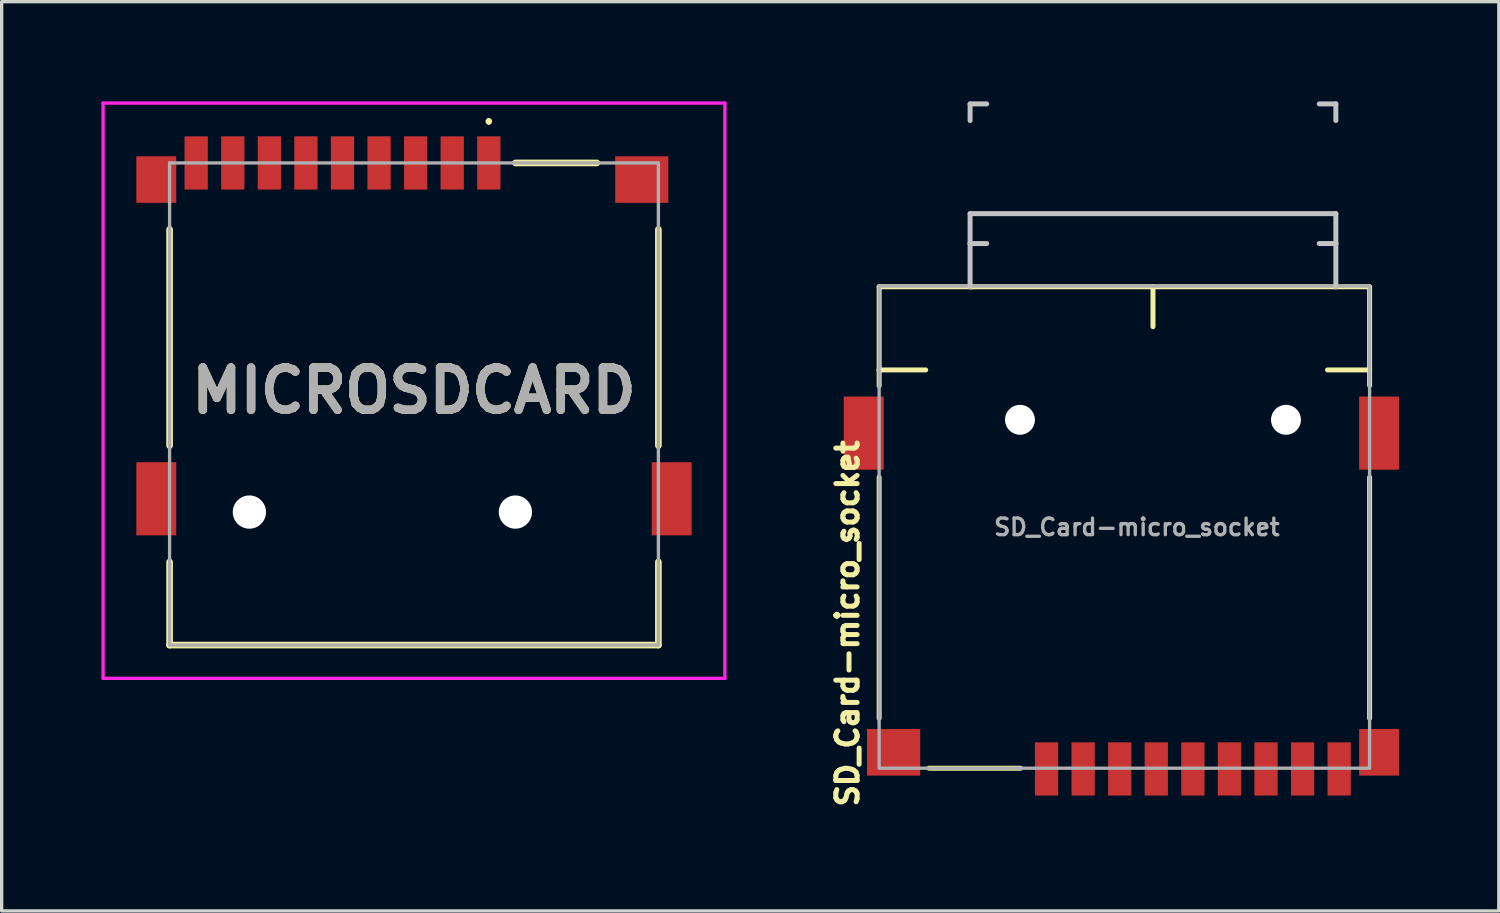
<source format=kicad_pcb>
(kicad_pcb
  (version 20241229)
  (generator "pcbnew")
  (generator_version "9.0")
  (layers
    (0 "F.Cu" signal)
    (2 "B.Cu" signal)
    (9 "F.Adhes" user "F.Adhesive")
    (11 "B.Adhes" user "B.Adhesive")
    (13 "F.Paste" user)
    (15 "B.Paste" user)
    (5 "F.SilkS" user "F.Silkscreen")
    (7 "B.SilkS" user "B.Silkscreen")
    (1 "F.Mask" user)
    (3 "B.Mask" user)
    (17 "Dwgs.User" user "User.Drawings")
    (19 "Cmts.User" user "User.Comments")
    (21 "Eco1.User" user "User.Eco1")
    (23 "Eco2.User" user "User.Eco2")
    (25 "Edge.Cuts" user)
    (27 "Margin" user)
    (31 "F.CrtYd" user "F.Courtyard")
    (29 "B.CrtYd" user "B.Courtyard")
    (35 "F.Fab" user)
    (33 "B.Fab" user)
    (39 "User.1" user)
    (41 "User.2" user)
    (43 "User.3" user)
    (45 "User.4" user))
  (footprint "SD_Card-micro_socket"
    (layer "F.Cu")
    (at 31.639 13.053)
    (property "Reference" "SD_Card-micro_socket" (at -9.201 2.645 270) (layer "F.SilkS") (effects (font (size 0.64 0.64) (thickness 0.15))))
    (attr smd)
    (fp_line (start -8.25 -7.478) (end -8.25 -4.978) (stroke (width 0.15) (type solid)) (layer "F.SilkS"))
    (fp_line (start -8.25 -4.978) (end -8.25 -4.5) (stroke (width 0.15) (type default)) (layer "F.SilkS"))
    (fp_line (start -8.25 -1.75) (end -8.25 5.5) (stroke (width 0.15) (type default)) (layer "F.SilkS"))
    (fp_line (start -6.85 -4.978) (end -8.25 -4.978) (stroke (width 0.15) (type solid)) (layer "F.SilkS"))
    (fp_line (start -6.75 7) (end -4 7) (stroke (width 0.15) (type default)) (layer "F.SilkS"))
    (fp_line (start -5.45 -7.478) (end -8.25 -7.478) (stroke (width 0.15) (type solid)) (layer "F.SilkS"))
    (fp_line (start -0.015 -7.478) (end -5.515 -7.478) (stroke (width 0.15) (type solid)) (layer "F.SilkS"))
    (fp_line (start -0.015 -6.278) (end -0.015 -7.478) (stroke (width 0.15) (type solid)) (layer "F.SilkS"))
    (fp_line (start 5.235 -4.978) (end 6.5 -4.978) (stroke (width 0.15) (type solid)) (layer "F.SilkS"))
    (fp_line (start 5.485 -7.478) (end -0.015 -7.478) (stroke (width 0.15) (type solid)) (layer "F.SilkS"))
    (fp_line (start 6.5 -7.478) (end 5.485 -7.478) (stroke (width 0.15) (type solid)) (layer "F.SilkS"))
    (fp_line (start 6.5 -7.478) (end 6.5 -4.978) (stroke (width 0.15) (type solid)) (layer "F.SilkS"))
    (fp_line (start 6.5 -4.989) (end 6.5 -4.511) (stroke (width 0.15) (type default)) (layer "F.SilkS"))
    (fp_line (start 6.5 -1.75) (end 6.5 5.5) (stroke (width 0.15) (type default)) (layer "F.SilkS"))
    (fp_line (start -5.515 -12.978) (end -5.515 -12.478) (stroke (width 0.15) (type solid)) (layer "Dwgs.User"))
    (fp_line (start -5.515 -9.678) (end -5.515 -8.778) (stroke (width 0.15) (type solid)) (layer "Dwgs.User"))
    (fp_line (start -5.515 -8.778) (end -5.515 -7.478) (stroke (width 0.15) (type solid)) (layer "Dwgs.User"))
    (fp_line (start -5.015 -12.978) (end -5.515 -12.978) (stroke (width 0.15) (type solid)) (layer "Dwgs.User"))
    (fp_line (start -5.015 -8.778) (end -5.515 -8.778) (stroke (width 0.15) (type solid)) (layer "Dwgs.User"))
    (fp_line (start 4.985 -12.978) (end 5.485 -12.978) (stroke (width 0.15) (type solid)) (layer "Dwgs.User"))
    (fp_line (start 4.985 -8.778) (end 5.485 -8.778) (stroke (width 0.15) (type solid)) (layer "Dwgs.User"))
    (fp_line (start 5.485 -12.978) (end 5.485 -12.478) (stroke (width 0.15) (type solid)) (layer "Dwgs.User"))
    (fp_line (start 5.485 -9.678) (end -5.515 -9.678) (stroke (width 0.15) (type solid)) (layer "Dwgs.User"))
    (fp_line (start 5.485 -9.678) (end 5.485 -8.778) (stroke (width 0.15) (type solid)) (layer "Dwgs.User"))
    (fp_line (start 5.485 -8.778) (end 5.485 -7.478) (stroke (width 0.15) (type solid)) (layer "Dwgs.User"))
    (fp_rect (start -8.25 -7.5) (end 6.5 7) (stroke (width 0.1) (type solid)) (fill no) (layer "F.Fab"))
    (fp_text user "${REFERENCE}" (at -0.5 -0.25 0) (layer "F.Fab") (effects (font (size 0.5 0.5) (thickness 0.1))))
    (pad "" np_thru_hole circle (at -4.015 -3.478) (size 0.9 0.9) (drill 0.9) (layers "*.Cu" "*.Mask"))
    (pad "" np_thru_hole circle (at 3.985 -3.478) (size 0.9 0.9) (drill 0.9) (layers "*.Cu" "*.Mask"))
    (pad "1" smd rect (at -3.215 7.022) (size 0.7 1.6) (layers "F.Cu" "F.Mask" "F.Paste"))
    (pad "2" smd rect (at -2.115 7.022) (size 0.7 1.6) (layers "F.Cu" "F.Mask" "F.Paste"))
    (pad "3" smd rect (at -1.015 7.022) (size 0.7 1.6) (layers "F.Cu" "F.Mask" "F.Paste"))
    (pad "4" smd rect (at 0.085 7.022) (size 0.7 1.6) (layers "F.Cu" "F.Mask" "F.Paste"))
    (pad "5" smd rect (at 1.185 7.022) (size 0.7 1.6) (layers "F.Cu" "F.Mask" "F.Paste"))
    (pad "6" smd rect (at 2.285 7.022) (size 0.7 1.6) (layers "F.Cu" "F.Mask" "F.Paste"))
    (pad "7" smd rect (at 3.385 7.022) (size 0.7 1.6) (layers "F.Cu" "F.Mask" "F.Paste"))
    (pad "8" smd rect (at 4.485 7.022) (size 0.7 1.6) (layers "F.Cu" "F.Mask" "F.Paste"))
    (pad "9" smd rect (at 5.585 7.022) (size 0.7 1.6) (layers "F.Cu" "F.Mask" "F.Paste"))
    (pad "SH" smd rect (at -8.715 -3.078) (size 1.2 2.2) (layers "F.Cu" "F.Mask" "F.Paste"))
    (pad "SH" smd rect (at -7.815 6.522) (size 1.6 1.4) (layers "F.Cu" "F.Mask" "F.Paste"))
    (pad "SH" smd rect (at 6.785 -3.078) (size 1.2 2.2) (layers "F.Cu" "F.Mask" "F.Paste"))
    (pad "SH" smd rect (at 6.785 6.522) (size 1.2 1.4) (layers "F.Cu" "F.Mask" "F.Paste")))
  (footprint "MICROSDCARD"
    (layer "F.Cu")
    (at 9.4 8.7)
    (property "Reference" "MICROSDCARD" (at 0 0 0) (layer "F.SilkS") (effects (font (size 1.27 1.27) (thickness 0.254))))
    (attr through_hole)
    (fp_line (start -7.35 -4.85) (end -7.35 1.65) (stroke (width 0.2) (type solid)) (layer "F.SilkS"))
    (fp_line (start -7.35 5.15) (end -7.35 7.65) (stroke (width 0.2) (type solid)) (layer "F.SilkS"))
    (fp_line (start -7.35 7.65) (end 7.35 7.65) (stroke (width 0.2) (type solid)) (layer "F.SilkS"))
    (fp_line (start 2.25 -8.15) (end 2.25 -8.15) (stroke (width 0.1) (type solid)) (layer "F.SilkS"))
    (fp_line (start 2.25 -8.05) (end 2.25 -8.05) (stroke (width 0.1) (type solid)) (layer "F.SilkS"))
    (fp_line (start 3.05 -6.85) (end 5.5 -6.85) (stroke (width 0.2) (type solid)) (layer "F.SilkS"))
    (fp_line (start 7.35 -4.85) (end 7.35 1.65) (stroke (width 0.2) (type solid)) (layer "F.SilkS"))
    (fp_line (start 7.35 7.65) (end 7.35 5.15) (stroke (width 0.2) (type solid)) (layer "F.SilkS"))
    (fp_arc (start 2.25 -8.15) (mid 2.3 -8.1) (end 2.25 -8.05) (stroke (width 0.1) (type solid)) (layer "F.SilkS"))
    (fp_arc (start 2.25 -8.05) (mid 2.2 -8.1) (end 2.25 -8.15) (stroke (width 0.1) (type solid)) (layer "F.SilkS"))
    (fp_line (start -9.35 -8.65) (end 9.35 -8.65) (stroke (width 0.1) (type solid)) (layer "F.CrtYd"))
    (fp_line (start -9.35 8.65) (end -9.35 -8.65) (stroke (width 0.1) (type solid)) (layer "F.CrtYd"))
    (fp_line (start 9.35 -8.65) (end 9.35 8.65) (stroke (width 0.1) (type solid)) (layer "F.CrtYd"))
    (fp_line (start 9.35 8.65) (end -9.35 8.65) (stroke (width 0.1) (type solid)) (layer "F.CrtYd"))
    (fp_line (start -7.35 -6.85) (end 7.35 -6.85) (stroke (width 0.1) (type solid)) (layer "F.Fab"))
    (fp_line (start -7.35 7.65) (end -7.35 -6.85) (stroke (width 0.1) (type solid)) (layer "F.Fab"))
    (fp_line (start 7.35 -6.85) (end 7.35 7.65) (stroke (width 0.1) (type solid)) (layer "F.Fab"))
    (fp_line (start 7.35 7.65) (end -7.35 7.65) (stroke (width 0.1) (type solid)) (layer "F.Fab"))
    (fp_text user "${REFERENCE}" (at 0 0 0) (layer "F.Fab") (effects (font (size 1.27 1.27) (thickness 0.254))))
    (pad "" np_thru_hole circle (at -4.95 3.65) (size 1 1) (drill 1) (layers "*.Cu" "*.Mask"))
    (pad "" np_thru_hole circle (at 3.05 3.65) (size 1 1) (drill 1) (layers "*.Cu" "*.Mask"))
    (pad "1" smd rect (at 2.25 -6.85) (size 0.7 1.6) (layers "F.Cu" "F.Mask" "F.Paste"))
    (pad "2" smd rect (at 1.15 -6.85) (size 0.7 1.6) (layers "F.Cu" "F.Mask" "F.Paste"))
    (pad "3" smd rect (at 0.05 -6.85) (size 0.7 1.6) (layers "F.Cu" "F.Mask" "F.Paste"))
    (pad "4" smd rect (at -1.05 -6.85) (size 0.7 1.6) (layers "F.Cu" "F.Mask" "F.Paste"))
    (pad "5" smd rect (at -2.15 -6.85) (size 0.7 1.6) (layers "F.Cu" "F.Mask" "F.Paste"))
    (pad "6" smd rect (at -3.25 -6.85) (size 0.7 1.6) (layers "F.Cu" "F.Mask" "F.Paste"))
    (pad "7" smd rect (at -4.35 -6.85) (size 0.7 1.6) (layers "F.Cu" "F.Mask" "F.Paste"))
    (pad "8" smd rect (at -5.45 -6.85) (size 0.7 1.6) (layers "F.Cu" "F.Mask" "F.Paste"))
    (pad "CD1" smd rect (at -6.55 -6.85) (size 0.7 1.6) (layers "F.Cu" "F.Mask" "F.Paste"))
    (pad "G1" smd rect (at -7.75 -6.35) (size 1.2 1.4) (layers "F.Cu" "F.Mask" "F.Paste"))
    (pad "MP1" smd rect (at 6.85 -6.35 90) (size 1.4 1.6) (layers "F.Cu" "F.Mask" "F.Paste"))
    (pad "MP2" smd rect (at 7.75 3.25) (size 1.2 2.2) (layers "F.Cu" "F.Mask" "F.Paste"))
    (pad "MP3" smd rect (at -7.75 3.25) (size 1.2 2.2) (layers "F.Cu" "F.Mask" "F.Paste")))
  (gr_rect
    (start -3 -3)
    (end 42.024 24.345)
    (stroke (width 0.1) (type default))
    (fill no)
    (layer "Edge.Cuts")))
</source>
